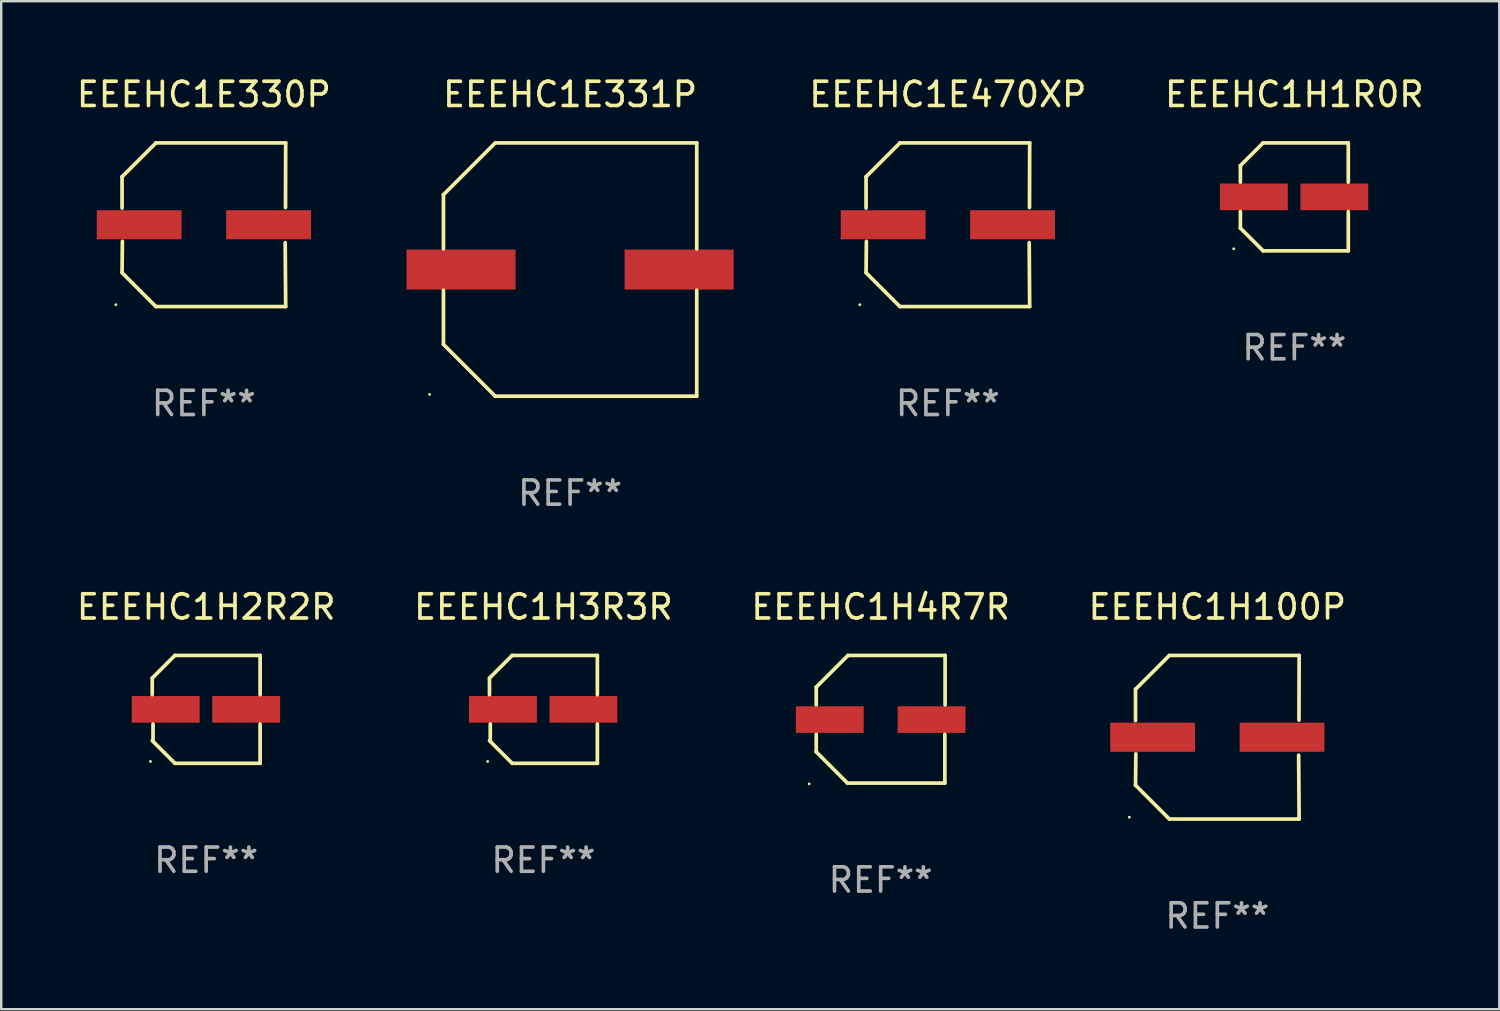
<source format=kicad_pcb>
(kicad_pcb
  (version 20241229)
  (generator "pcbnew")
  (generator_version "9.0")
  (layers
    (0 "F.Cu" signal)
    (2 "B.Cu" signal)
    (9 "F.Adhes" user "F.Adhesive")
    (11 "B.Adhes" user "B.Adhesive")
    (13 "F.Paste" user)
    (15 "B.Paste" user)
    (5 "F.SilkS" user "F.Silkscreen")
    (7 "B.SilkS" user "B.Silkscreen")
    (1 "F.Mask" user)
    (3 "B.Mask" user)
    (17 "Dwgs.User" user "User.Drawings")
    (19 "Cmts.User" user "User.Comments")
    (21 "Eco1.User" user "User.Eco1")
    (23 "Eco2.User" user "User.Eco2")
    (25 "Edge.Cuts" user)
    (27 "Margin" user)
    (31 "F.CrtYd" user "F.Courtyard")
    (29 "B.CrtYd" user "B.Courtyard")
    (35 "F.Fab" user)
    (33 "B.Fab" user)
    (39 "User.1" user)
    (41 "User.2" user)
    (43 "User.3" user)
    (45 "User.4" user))
  (footprint "EEEHC1H100P"
    (layer "F.Cu")
    (at 47.185 27.373)
    (property "Reference" "EEEHC1H100P" (at 0 -5.376 0) (layer "F.SilkS") (effects (font (size 1 1) (thickness 0.15))))
    (attr through_hole)
    (fp_line (start -3.376 -1.98) (end -3.376 -0.686) (stroke (width 0.152) (type solid)) (layer "F.SilkS"))
    (fp_line (start -3.376 1.981) (end -3.362 0.686) (stroke (width 0.152) (type solid)) (layer "F.SilkS"))
    (fp_line (start -1.981 3.376) (end -3.376 1.981) (stroke (width 0.152) (type solid)) (layer "F.SilkS"))
    (fp_line (start -1.98 -3.376) (end -3.376 -1.98) (stroke (width 0.152) (type solid)) (layer "F.SilkS"))
    (fp_line (start 3.356 0.74) (end 3.376 3.376) (stroke (width 0.152) (type solid)) (layer "F.SilkS"))
    (fp_line (start 3.369 -0.707) (end 3.376 -3.376) (stroke (width 0.152) (type solid)) (layer "F.SilkS"))
    (fp_line (start 3.376 3.376) (end -1.981 3.376) (stroke (width 0.152) (type solid)) (layer "F.SilkS"))
    (fp_line (start 3.376 -3.376) (end -1.98 -3.376) (stroke (width 0.152) (type solid)) (layer "F.SilkS"))
    (fp_circle (center -3.634 3.3) (end -3.604 3.3) (stroke (width 0.06) (type solid)) (fill no) (layer "F.SilkS"))
    (fp_text user "REF**" (at 0 7.376 0) (layer "F.Fab") (effects (font (size 1 1) (thickness 0.15))))
    (pad "1" smd rect (at -2.67 0.000254) (size 3.5 1.2) (layers "F.Cu" "F.Mask" "F.Paste"))
    (pad "2" smd rect (at 2.67 0.000254) (size 3.5 1.2) (layers "F.Cu" "F.Mask" "F.Paste")))
  (footprint "EEEHC1E330P"
    (layer "F.Cu")
    (at 5.363 6.224)
    (property "Reference" "EEEHC1E330P" (at 0 -5.376 0) (layer "F.SilkS") (effects (font (size 1 1) (thickness 0.15))))
    (attr through_hole)
    (fp_line (start -3.376 -1.98) (end -3.376 -0.686) (stroke (width 0.152) (type solid)) (layer "F.SilkS"))
    (fp_line (start -3.376 1.981) (end -3.362 0.686) (stroke (width 0.152) (type solid)) (layer "F.SilkS"))
    (fp_line (start -1.981 3.376) (end -3.376 1.981) (stroke (width 0.152) (type solid)) (layer "F.SilkS"))
    (fp_line (start -1.98 -3.376) (end -3.376 -1.98) (stroke (width 0.152) (type solid)) (layer "F.SilkS"))
    (fp_line (start 3.356 0.74) (end 3.376 3.376) (stroke (width 0.152) (type solid)) (layer "F.SilkS"))
    (fp_line (start 3.369 -0.707) (end 3.376 -3.376) (stroke (width 0.152) (type solid)) (layer "F.SilkS"))
    (fp_line (start 3.376 3.376) (end -1.981 3.376) (stroke (width 0.152) (type solid)) (layer "F.SilkS"))
    (fp_line (start 3.376 -3.376) (end -1.98 -3.376) (stroke (width 0.152) (type solid)) (layer "F.SilkS"))
    (fp_circle (center -3.634 3.3) (end -3.604 3.3) (stroke (width 0.06) (type solid)) (fill no) (layer "F.SilkS"))
    (fp_text user "REF**" (at 0 7.376 0) (layer "F.Fab") (effects (font (size 1 1) (thickness 0.15))))
    (pad "1" smd rect (at -2.67 0.000254) (size 3.5 1.2) (layers "F.Cu" "F.Mask" "F.Paste"))
    (pad "2" smd rect (at 2.67 0.000254) (size 3.5 1.2) (layers "F.Cu" "F.Mask" "F.Paste")))
  (footprint "EEEHC1H2R2R"
    (layer "F.Cu")
    (at 5.458 26.223)
    (property "Reference" "EEEHC1H2R2R" (at 0 -4.226 0) (layer "F.SilkS") (effects (font (size 1 1) (thickness 0.15))))
    (attr through_hole)
    (fp_line (start -2.226 -1.29) (end -2.226 -0.607) (stroke (width 0.152) (type solid)) (layer "F.SilkS"))
    (fp_line (start -2.193 1.29) (end -2.193 0.607) (stroke (width 0.152) (type solid)) (layer "F.SilkS"))
    (fp_line (start -1.29 2.226) (end -2.226 1.29) (stroke (width 0.152) (type solid)) (layer "F.SilkS"))
    (fp_line (start -1.29 -2.226) (end -2.226 -1.29) (stroke (width 0.152) (type solid)) (layer "F.SilkS"))
    (fp_line (start 2.226 -2.226) (end -1.29 -2.226) (stroke (width 0.152) (type solid)) (layer "F.SilkS"))
    (fp_line (start 2.226 -0.607) (end 2.226 -2.226) (stroke (width 0.152) (type solid)) (layer "F.SilkS"))
    (fp_line (start 2.226 0.607) (end 2.226 2.226) (stroke (width 0.152) (type solid)) (layer "F.SilkS"))
    (fp_line (start 2.226 2.226) (end -1.29 2.226) (stroke (width 0.152) (type solid)) (layer "F.SilkS"))
    (fp_circle (center -2.3 2.15) (end -2.27 2.15) (stroke (width 0.06) (type solid)) (fill no) (layer "F.SilkS"))
    (fp_text user "REF**" (at 0 6.226 0) (layer "F.Fab") (effects (font (size 1 1) (thickness 0.15))))
    (pad "1" smd rect (at -1.67 -0.000025) (size 2.8 1.1) (layers "F.Cu" "F.Mask" "F.Paste"))
    (pad "2" smd rect (at 1.651 -0.000025) (size 2.8 1.1) (layers "F.Cu" "F.Mask" "F.Paste")))
  (footprint "EEEHC1H3R3R"
    (layer "F.Cu")
    (at 19.375 26.223)
    (property "Reference" "EEEHC1H3R3R" (at 0 -4.226 0) (layer "F.SilkS") (effects (font (size 1 1) (thickness 0.15))))
    (attr through_hole)
    (fp_line (start -2.226 -1.29) (end -2.226 -0.607) (stroke (width 0.152) (type solid)) (layer "F.SilkS"))
    (fp_line (start -2.193 1.29) (end -2.193 0.607) (stroke (width 0.152) (type solid)) (layer "F.SilkS"))
    (fp_line (start -1.29 2.226) (end -2.226 1.29) (stroke (width 0.152) (type solid)) (layer "F.SilkS"))
    (fp_line (start -1.29 -2.226) (end -2.226 -1.29) (stroke (width 0.152) (type solid)) (layer "F.SilkS"))
    (fp_line (start 2.226 -2.226) (end -1.29 -2.226) (stroke (width 0.152) (type solid)) (layer "F.SilkS"))
    (fp_line (start 2.226 -0.607) (end 2.226 -2.226) (stroke (width 0.152) (type solid)) (layer "F.SilkS"))
    (fp_line (start 2.226 0.607) (end 2.226 2.226) (stroke (width 0.152) (type solid)) (layer "F.SilkS"))
    (fp_line (start 2.226 2.226) (end -1.29 2.226) (stroke (width 0.152) (type solid)) (layer "F.SilkS"))
    (fp_circle (center -2.3 2.15) (end -2.27 2.15) (stroke (width 0.06) (type solid)) (fill no) (layer "F.SilkS"))
    (fp_text user "REF**" (at 0 6.226 0) (layer "F.Fab") (effects (font (size 1 1) (thickness 0.15))))
    (pad "1" smd rect (at -1.67 -0.000025) (size 2.8 1.1) (layers "F.Cu" "F.Mask" "F.Paste"))
    (pad "2" smd rect (at 1.651 -0.000025) (size 2.8 1.1) (layers "F.Cu" "F.Mask" "F.Paste")))
  (footprint "EEEHC1E470XP"
    (layer "F.Cu")
    (at 36.065 6.224)
    (property "Reference" "EEEHC1E470XP" (at 0 -5.376 0) (layer "F.SilkS") (effects (font (size 1 1) (thickness 0.15))))
    (attr through_hole)
    (fp_line (start -3.376 -1.98) (end -3.376 -0.686) (stroke (width 0.152) (type solid)) (layer "F.SilkS"))
    (fp_line (start -3.376 1.981) (end -3.362 0.686) (stroke (width 0.152) (type solid)) (layer "F.SilkS"))
    (fp_line (start -1.981 3.376) (end -3.376 1.981) (stroke (width 0.152) (type solid)) (layer "F.SilkS"))
    (fp_line (start -1.98 -3.376) (end -3.376 -1.98) (stroke (width 0.152) (type solid)) (layer "F.SilkS"))
    (fp_line (start 3.356 0.74) (end 3.376 3.376) (stroke (width 0.152) (type solid)) (layer "F.SilkS"))
    (fp_line (start 3.369 -0.707) (end 3.376 -3.376) (stroke (width 0.152) (type solid)) (layer "F.SilkS"))
    (fp_line (start 3.376 3.376) (end -1.981 3.376) (stroke (width 0.152) (type solid)) (layer "F.SilkS"))
    (fp_line (start 3.376 -3.376) (end -1.98 -3.376) (stroke (width 0.152) (type solid)) (layer "F.SilkS"))
    (fp_circle (center -3.634 3.3) (end -3.604 3.3) (stroke (width 0.06) (type solid)) (fill no) (layer "F.SilkS"))
    (fp_text user "REF**" (at 0 7.376 0) (layer "F.Fab") (effects (font (size 1 1) (thickness 0.15))))
    (pad "1" smd rect (at -2.67 0.000254) (size 3.5 1.2) (layers "F.Cu" "F.Mask" "F.Paste"))
    (pad "2" smd rect (at 2.67 0.000254) (size 3.5 1.2) (layers "F.Cu" "F.Mask" "F.Paste")))
  (footprint "EEEHC1E331P"
    (layer "F.Cu")
    (at 20.476 8.074)
    (property "Reference" "EEEHC1E331P" (at 0 -7.226 0) (layer "F.SilkS") (effects (font (size 1 1) (thickness 0.15))))
    (attr through_hole)
    (fp_line (start -5.226 -3.09) (end -5.226 -0.852) (stroke (width 0.152) (type solid)) (layer "F.SilkS"))
    (fp_line (start -5.226 3.09) (end -5.226 0.852) (stroke (width 0.152) (type solid)) (layer "F.SilkS"))
    (fp_line (start -3.09 -5.226) (end -5.226 -3.09) (stroke (width 0.152) (type solid)) (layer "F.SilkS"))
    (fp_line (start -3.09 5.226) (end -5.226 3.09) (stroke (width 0.152) (type solid)) (layer "F.SilkS"))
    (fp_line (start 5.226 -5.226) (end -3.09 -5.226) (stroke (width 0.152) (type solid)) (layer "F.SilkS"))
    (fp_line (start 5.226 -0.852) (end 5.226 -5.226) (stroke (width 0.152) (type solid)) (layer "F.SilkS"))
    (fp_line (start 5.226 0.852) (end 5.226 5.226) (stroke (width 0.152) (type solid)) (layer "F.SilkS"))
    (fp_line (start 5.226 5.226) (end -3.09 5.226) (stroke (width 0.152) (type solid)) (layer "F.SilkS"))
    (fp_circle (center -5.8 5.15) (end -5.77 5.15) (stroke (width 0.06) (type solid)) (fill no) (layer "F.SilkS"))
    (fp_text user "REF**" (at 0 9.226 0) (layer "F.Fab") (effects (font (size 1 1) (thickness 0.15))))
    (pad "1" smd rect (at -4.5 0) (size 4.5 1.65) (layers "F.Cu" "F.Mask" "F.Paste"))
    (pad "2" smd rect (at 4.5 0) (size 4.5 1.65) (layers "F.Cu" "F.Mask" "F.Paste")))
  (footprint "EEEHC1H4R7R"
    (layer "F.Cu")
    (at 33.292 26.631)
    (property "Reference" "EEEHC1H4R7R" (at 0 -4.634 0) (layer "F.SilkS") (effects (font (size 1 1) (thickness 0.15))))
    (attr through_hole)
    (fp_line (start -2.659 -1.326) (end -2.659 -0.592) (stroke (width 0.152) (type solid)) (layer "F.SilkS"))
    (fp_line (start -2.659 1.346) (end -2.659 0.622) (stroke (width 0.152) (type solid)) (layer "F.SilkS"))
    (fp_line (start -1.372 2.634) (end -2.659 1.346) (stroke (width 0.152) (type solid)) (layer "F.SilkS"))
    (fp_line (start -1.349 -2.634) (end -2.659 -1.326) (stroke (width 0.152) (type solid)) (layer "F.SilkS"))
    (fp_line (start 2.649 0.622) (end 2.649 2.634) (stroke (width 0.152) (type solid)) (layer "F.SilkS"))
    (fp_line (start 2.649 2.634) (end -1.372 2.634) (stroke (width 0.152) (type solid)) (layer "F.SilkS"))
    (fp_line (start 2.659 -2.634) (end -1.349 -2.634) (stroke (width 0.152) (type solid)) (layer "F.SilkS"))
    (fp_line (start 2.659 -0.592) (end 2.659 -2.634) (stroke (width 0.152) (type solid)) (layer "F.SilkS"))
    (fp_circle (center -2.95 2.665) (end -2.92 2.665) (stroke (width 0.06) (type solid)) (fill no) (layer "F.SilkS"))
    (fp_text user "REF**" (at 0 6.634 0) (layer "F.Fab") (effects (font (size 1 1) (thickness 0.15))))
    (pad "1" smd rect (at -2.1 0.015) (size 2.8 1.1) (layers "F.Cu" "F.Mask" "F.Paste"))
    (pad "2" smd rect (at 2.1 0.015) (size 2.8 1.1) (layers "F.Cu" "F.Mask" "F.Paste")))
  (footprint "EEEHC1H1R0R"
    (layer "F.Cu")
    (at 50.363 5.074)
    (property "Reference" "EEEHC1H1R0R" (at 0 -4.226 0) (layer "F.SilkS") (effects (font (size 1 1) (thickness 0.15))))
    (attr through_hole)
    (fp_line (start -2.226 -1.29) (end -2.226 -0.607) (stroke (width 0.152) (type solid)) (layer "F.SilkS"))
    (fp_line (start -2.226 1.29) (end -2.226 0.607) (stroke (width 0.152) (type solid)) (layer "F.SilkS"))
    (fp_line (start -1.29 -2.226) (end -2.226 -1.29) (stroke (width 0.152) (type solid)) (layer "F.SilkS"))
    (fp_line (start -1.29 2.226) (end -2.226 1.29) (stroke (width 0.152) (type solid)) (layer "F.SilkS"))
    (fp_line (start 2.226 -2.226) (end -1.29 -2.226) (stroke (width 0.152) (type solid)) (layer "F.SilkS"))
    (fp_line (start 2.226 -0.607) (end 2.226 -2.226) (stroke (width 0.152) (type solid)) (layer "F.SilkS"))
    (fp_line (start 2.226 0.607) (end 2.226 2.226) (stroke (width 0.152) (type solid)) (layer "F.SilkS"))
    (fp_line (start 2.226 2.226) (end -1.29 2.226) (stroke (width 0.152) (type solid)) (layer "F.SilkS"))
    (fp_circle (center -2.501 2.141) (end -2.471 2.141) (stroke (width 0.06) (type solid)) (fill no) (layer "F.SilkS"))
    (fp_text user "REF**" (at 0 6.226 0) (layer "F.Fab") (effects (font (size 1 1) (thickness 0.15))))
    (pad "1" smd rect (at -1.67 -0.000025) (size 2.8 1.1) (layers "F.Cu" "F.Mask" "F.Paste"))
    (pad "2" smd rect (at 1.651 -0.000025) (size 2.8 1.1) (layers "F.Cu" "F.Mask" "F.Paste")))
  (gr_rect
    (start -3 -3)
    (end 58.821 38.597)
    (stroke (width 0.1) (type default))
    (fill no)
    (layer "Edge.Cuts")))
</source>
